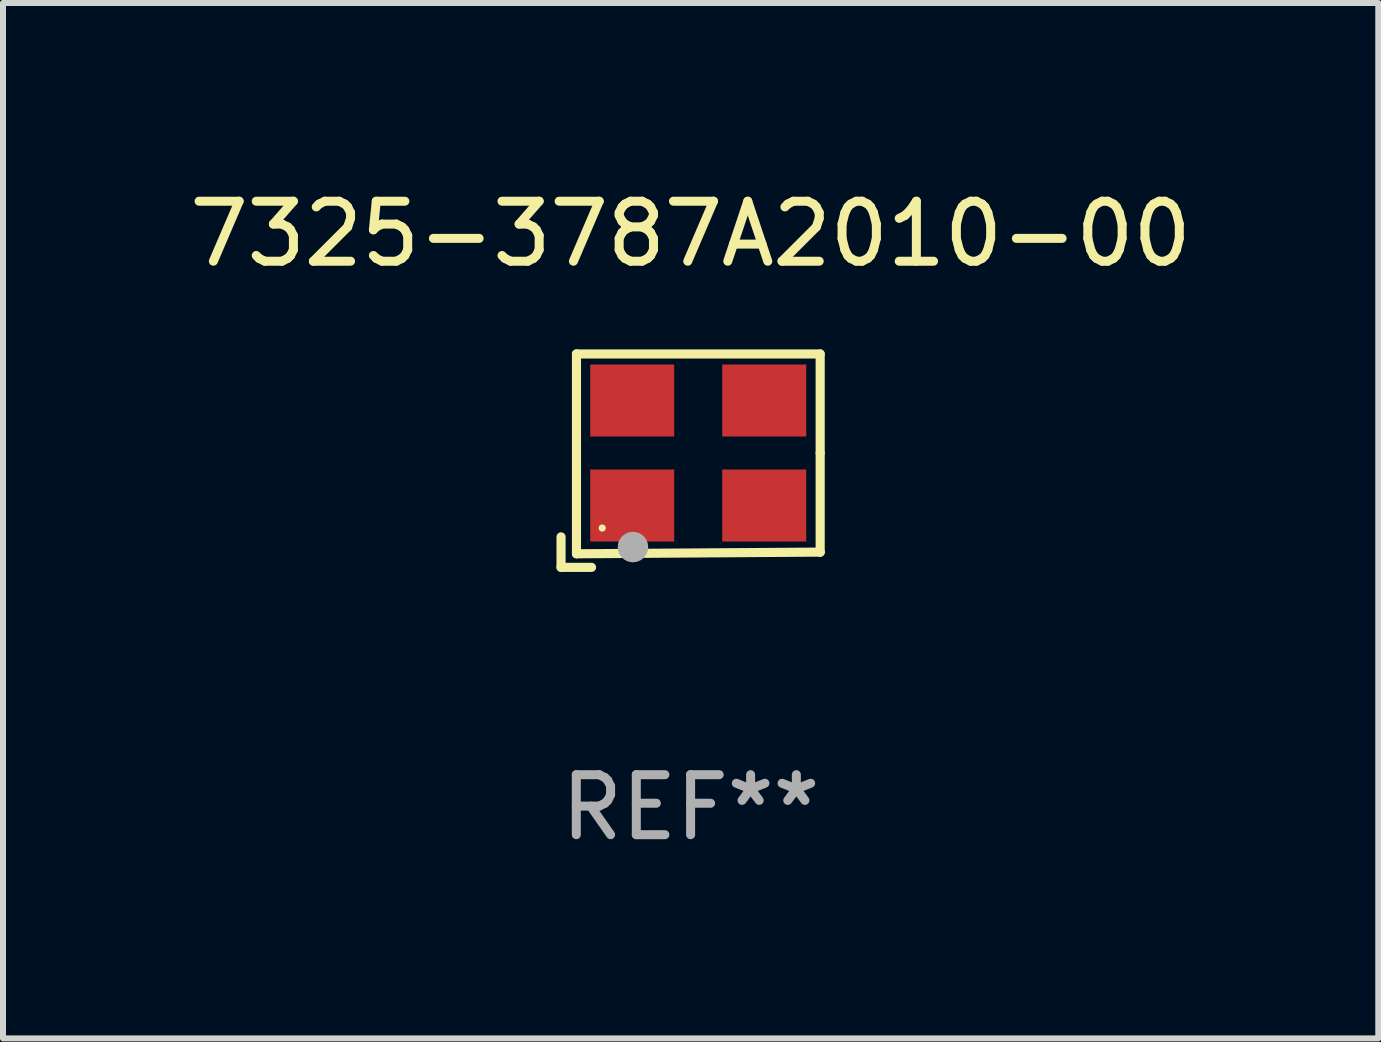
<source format=kicad_pcb>
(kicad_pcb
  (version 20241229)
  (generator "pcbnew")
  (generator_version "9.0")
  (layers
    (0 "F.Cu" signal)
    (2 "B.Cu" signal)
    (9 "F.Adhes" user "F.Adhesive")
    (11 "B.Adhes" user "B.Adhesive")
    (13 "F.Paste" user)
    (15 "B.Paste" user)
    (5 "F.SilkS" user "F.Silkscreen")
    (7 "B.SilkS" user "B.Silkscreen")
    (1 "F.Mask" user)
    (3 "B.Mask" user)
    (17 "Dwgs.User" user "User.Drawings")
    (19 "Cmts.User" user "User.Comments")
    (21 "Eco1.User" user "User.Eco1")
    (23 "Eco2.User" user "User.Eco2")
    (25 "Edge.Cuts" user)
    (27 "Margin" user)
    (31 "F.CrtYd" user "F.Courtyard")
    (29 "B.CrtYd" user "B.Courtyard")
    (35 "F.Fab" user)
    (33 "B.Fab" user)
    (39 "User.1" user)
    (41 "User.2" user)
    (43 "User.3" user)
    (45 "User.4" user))
  (footprint "7325-3787A2010-00"
    (layer "F.Cu")
    (at 8.458 4.626)
    (property "Reference" "7325-3787A2010-00" (at 0 -3.778 0) (layer "F.SilkS") (effects (font (size 1 1) (thickness 0.15))))
    (attr through_hole)
    (fp_line (start -2.159 1.27) (end -2.159 1.778) (stroke (width 0.152) (type solid)) (layer "F.SilkS"))
    (fp_line (start -2.159 1.778) (end -1.651 1.778) (stroke (width 0.152) (type solid)) (layer "F.SilkS"))
    (fp_line (start -1.902 -1.778) (end 2.159 -1.778) (stroke (width 0.152) (type solid)) (layer "F.SilkS"))
    (fp_line (start -1.902 1.552) (end -1.902 -1.778) (stroke (width 0.152) (type solid)) (layer "F.SilkS"))
    (fp_line (start 2.159 -1.778) (end 2.159 -0.127) (stroke (width 0.152) (type solid)) (layer "F.SilkS"))
    (fp_line (start 2.159 -0.127) (end 2.159 1.524) (stroke (width 0.152) (type solid)) (layer "F.SilkS"))
    (fp_line (start 2.159 1.524) (end -1.902 1.552) (stroke (width 0.152) (type solid)) (layer "F.SilkS"))
    (fp_line (start 2.159 1.524) (end 2.159 1.524) (stroke (width 0.152) (type solid)) (layer "F.SilkS"))
    (fp_circle (center -1.473 1.123) (end -1.443 1.123) (stroke (width 0.06) (type solid)) (fill no) (layer "F.SilkS"))
    (fp_circle (center -0.961 1.44) (end -0.834 1.44) (stroke (width 0.254) (type solid)) (fill no) (layer "F.Fab"))
    (fp_text user "REF**" (at 0 5.778 0) (layer "F.Fab") (effects (font (size 1 1) (thickness 0.15))))
    (pad "1" smd rect (at -0.973 0.748) (size 1.4 1.2) (layers "F.Cu" "F.Mask" "F.Paste"))
    (pad "2" smd rect (at 1.227 0.748) (size 1.4 1.2) (layers "F.Cu" "F.Mask" "F.Paste"))
    (pad "3" smd rect (at 1.227 -1.002) (size 1.4 1.2) (layers "F.Cu" "F.Mask" "F.Paste"))
    (pad "4" smd rect (at -0.973 -1.002) (size 1.4 1.2) (layers "F.Cu" "F.Mask" "F.Paste")))
  (gr_rect
    (start -3 -3)
    (end 19.917 14.253)
    (stroke (width 0.1) (type default))
    (fill no)
    (layer "Edge.Cuts")))
</source>
